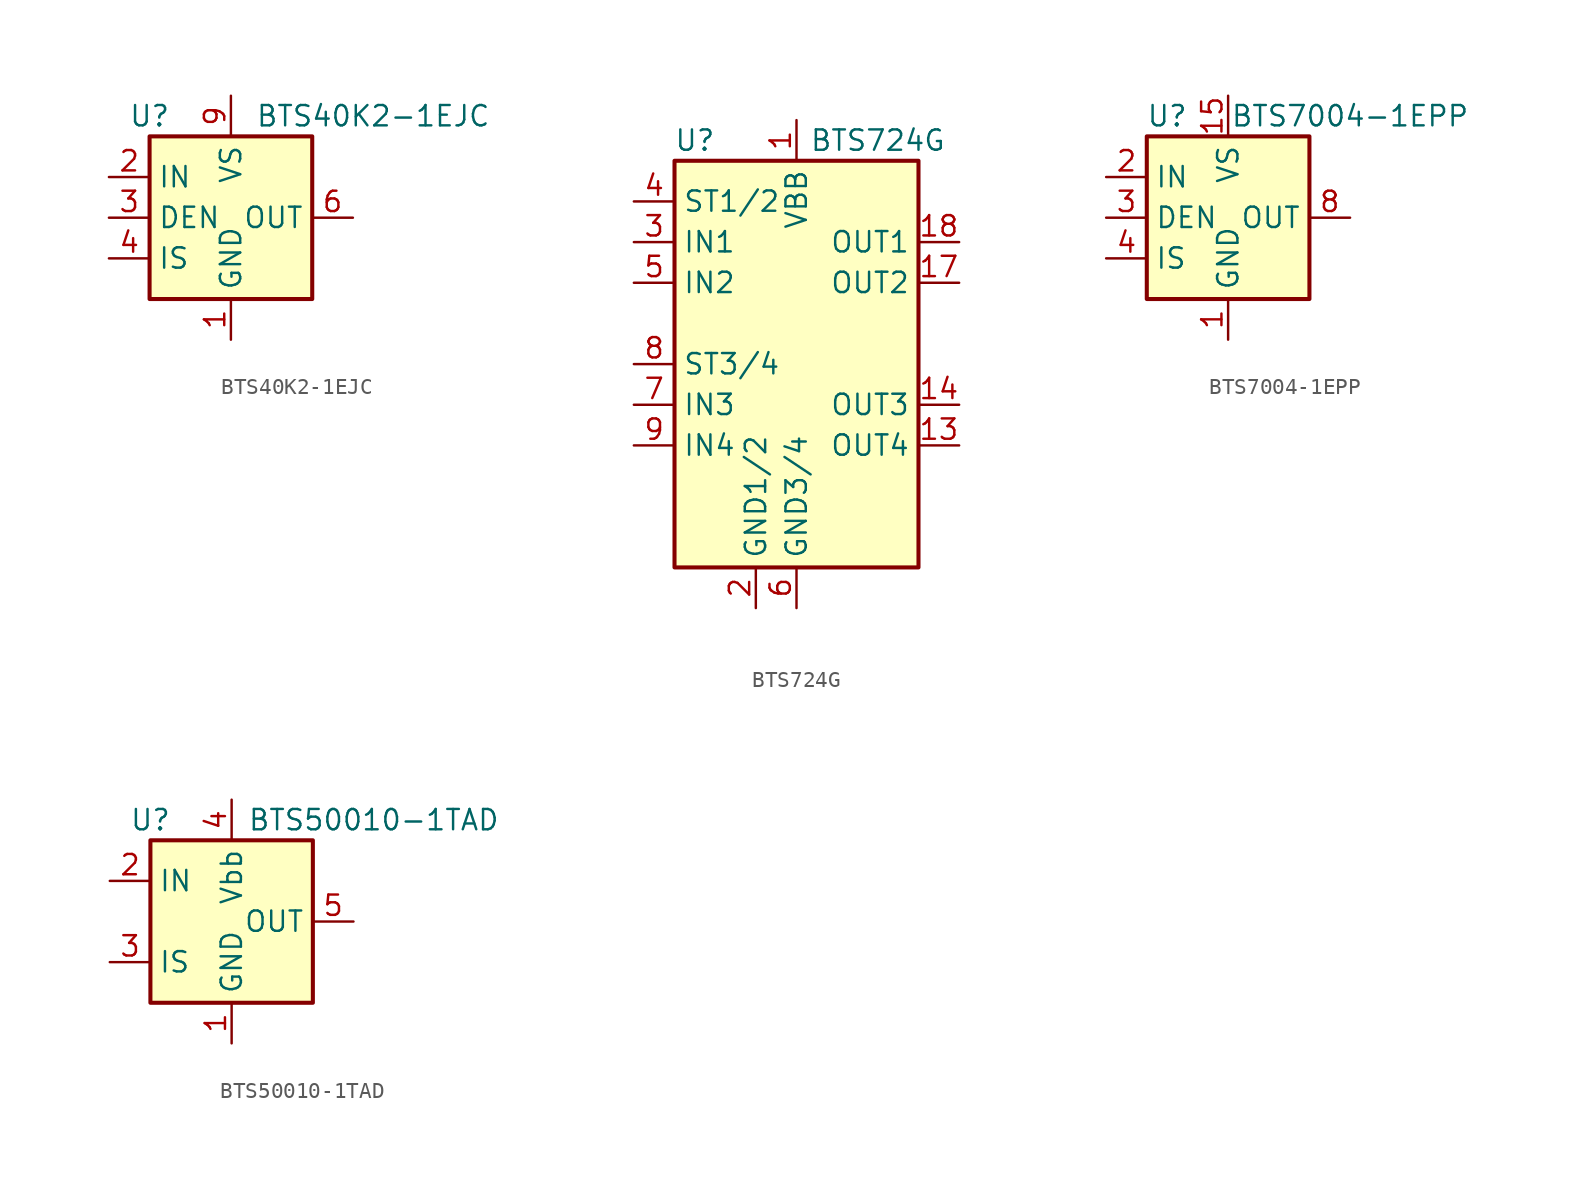
<source format=kicad_sym>
(kicad_symbol_lib
  (version 20201005)
  (generator kicad_symbol_editor)
  (symbol "Power_Management:BTS40K2-1EJC"
    (property "Reference" "U"
      (at -5.08 6.35 0)
      (effects (font (size 1.27 1.27))))
    (property "Value" "BTS40K2-1EJC"
      (at 8.89 6.35 0)
      (effects (font (size 1.27 1.27))))
    (symbol "BTS40K2-1EJC_0_1"
      (rectangle (start -5.08 5.08) (end 5.08 -5.08) (stroke (width 0.254)) (fill (type background))))
    (symbol "BTS40K2-1EJC_1_1"
      (pin power_in line (at 0 -7.62 90) (length 2.54) (name "GND" (effects (font (size 1.27 1.27)))) (number "1" (effects (font (size 1.27 1.27)))))
      (pin input line (at -7.62 2.54 0) (length 2.54) (name "IN" (effects (font (size 1.27 1.27)))) (number "2" (effects (font (size 1.27 1.27)))))
      (pin input line (at -7.62 0 0) (length 2.54) (name "DEN" (effects (font (size 1.27 1.27)))) (number "3" (effects (font (size 1.27 1.27)))))
      (pin output line (at -7.62 -2.54 0) (length 2.54) (name "IS" (effects (font (size 1.27 1.27)))) (number "4" (effects (font (size 1.27 1.27)))))
      (pin no_connect line (at 5.08 2.54 180) (length 2.54) hide (name "NC" (effects (font (size 1.27 1.27)))) (number "5" (effects (font (size 1.27 1.27)))))
      (pin power_out line (at 7.62 0 180) (length 2.54) (name "OUT" (effects (font (size 1.27 1.27)))) (number "6" (effects (font (size 1.27 1.27)))))
      (pin passive line (at 7.62 0 180) (length 2.54) hide (name "OUT" (effects (font (size 1.27 1.27)))) (number "7" (effects (font (size 1.27 1.27)))))
      (pin passive line (at 7.62 0 180) (length 2.54) hide (name "OUT" (effects (font (size 1.27 1.27)))) (number "8" (effects (font (size 1.27 1.27)))))
      (pin power_in line (at 0 7.62 270) (length 2.54) (name "VS" (effects (font (size 1.27 1.27)))) (number "9" (effects (font (size 1.27 1.27)))))))
  (symbol "Power_Management:BTS724G"
    (property "Reference" "U"
      (at -6.35 13.97 0)
      (effects (font (size 1.27 1.27))))
    (property "Value" "BTS724G"
      (at 5.08 13.97 0)
      (effects (font (size 1.27 1.27))))
    (symbol "BTS724G_0_1"
      (rectangle (start -7.62 12.7) (end 7.62 -12.7) (stroke (width 0.254)) (fill (type background))))
    (symbol "BTS724G_1_1"
      (pin power_in line (at 0 15.24 270) (length 2.54) (name "VBB" (effects (font (size 1.27 1.27)))) (number "1" (effects (font (size 1.27 1.27)))))
      (pin passive line (at 0 15.24 270) (length 2.54) hide (name "VBB" (effects (font (size 1.27 1.27)))) (number "10" (effects (font (size 1.27 1.27)))))
      (pin passive line (at 0 15.24 270) (length 2.54) hide (name "VBB" (effects (font (size 1.27 1.27)))) (number "11" (effects (font (size 1.27 1.27)))))
      (pin passive line (at 0 15.24 270) (length 2.54) hide (name "VBB" (effects (font (size 1.27 1.27)))) (number "12" (effects (font (size 1.27 1.27)))))
      (pin open_emitter line (at 10.16 -5.08 180) (length 2.54) (name "OUT4" (effects (font (size 1.27 1.27)))) (number "13" (effects (font (size 1.27 1.27)))))
      (pin open_emitter line (at 10.16 -2.54 180) (length 2.54) (name "OUT3" (effects (font (size 1.27 1.27)))) (number "14" (effects (font (size 1.27 1.27)))))
      (pin passive line (at 0 15.24 270) (length 2.54) hide (name "VBB" (effects (font (size 1.27 1.27)))) (number "15" (effects (font (size 1.27 1.27)))))
      (pin passive line (at 0 15.24 270) (length 2.54) hide (name "VBB" (effects (font (size 1.27 1.27)))) (number "16" (effects (font (size 1.27 1.27)))))
      (pin open_emitter line (at 10.16 5.08 180) (length 2.54) (name "OUT2" (effects (font (size 1.27 1.27)))) (number "17" (effects (font (size 1.27 1.27)))))
      (pin open_emitter line (at 10.16 7.62 180) (length 2.54) (name "OUT1" (effects (font (size 1.27 1.27)))) (number "18" (effects (font (size 1.27 1.27)))))
      (pin passive line (at 0 15.24 270) (length 2.54) hide (name "VBB" (effects (font (size 1.27 1.27)))) (number "19" (effects (font (size 1.27 1.27)))))
      (pin power_in line (at -2.54 -15.24 90) (length 2.54) (name "GND1/2" (effects (font (size 1.27 1.27)))) (number "2" (effects (font (size 1.27 1.27)))))
      (pin passive line (at 0 15.24 270) (length 2.54) hide (name "VBB" (effects (font (size 1.27 1.27)))) (number "20" (effects (font (size 1.27 1.27)))))
      (pin input line (at -10.16 7.62 0) (length 2.54) (name "IN1" (effects (font (size 1.27 1.27)))) (number "3" (effects (font (size 1.27 1.27)))))
      (pin open_collector line (at -10.16 10.16 0) (length 2.54) (name "ST1/2" (effects (font (size 1.27 1.27)))) (number "4" (effects (font (size 1.27 1.27)))))
      (pin input line (at -10.16 5.08 0) (length 2.54) (name "IN2" (effects (font (size 1.27 1.27)))) (number "5" (effects (font (size 1.27 1.27)))))
      (pin power_in line (at 0 -15.24 90) (length 2.54) (name "GND3/4" (effects (font (size 1.27 1.27)))) (number "6" (effects (font (size 1.27 1.27)))))
      (pin input line (at -10.16 -2.54 0) (length 2.54) (name "IN3" (effects (font (size 1.27 1.27)))) (number "7" (effects (font (size 1.27 1.27)))))
      (pin open_collector line (at -10.16 0 0) (length 2.54) (name "ST3/4" (effects (font (size 1.27 1.27)))) (number "8" (effects (font (size 1.27 1.27)))))
      (pin input line (at -10.16 -5.08 0) (length 2.54) (name "IN4" (effects (font (size 1.27 1.27)))) (number "9" (effects (font (size 1.27 1.27)))))))
  (symbol "Power_Management:BTS7004-1EPP"
    (property "Reference" "U"
      (at -3.81 6.35 0)
      (effects (font (size 1.27 1.27))))
    (property "Value" "BTS7004-1EPP"
      (at 7.62 6.35 0)
      (effects (font (size 1.27 1.27))))
    (symbol "BTS7004-1EPP_0_1"
      (rectangle (start -5.08 5.08) (end 5.08 -5.08) (stroke (width 0.254)) (fill (type background))))
    (symbol "BTS7004-1EPP_1_1"
      (pin power_in line (at 0 -7.62 90) (length 2.54) (name "GND" (effects (font (size 1.27 1.27)))) (number "1" (effects (font (size 1.27 1.27)))))
      (pin passive line (at 7.62 0 180) (length 2.54) hide (name "OUT" (effects (font (size 1.27 1.27)))) (number "10" (effects (font (size 1.27 1.27)))))
      (pin no_connect line (at 5.08 -5.08 180) (length 2.54) hide (name "NC" (effects (font (size 1.27 1.27)))) (number "11" (effects (font (size 1.27 1.27)))))
      (pin passive line (at 7.62 0 180) (length 2.54) hide (name "OUT" (effects (font (size 1.27 1.27)))) (number "12" (effects (font (size 1.27 1.27)))))
      (pin passive line (at 7.62 0 180) (length 2.54) hide (name "OUT" (effects (font (size 1.27 1.27)))) (number "13" (effects (font (size 1.27 1.27)))))
      (pin passive line (at 7.62 0 180) (length 2.54) hide (name "OUT" (effects (font (size 1.27 1.27)))) (number "14" (effects (font (size 1.27 1.27)))))
      (pin power_in line (at 0 7.62 270) (length 2.54) (name "VS" (effects (font (size 1.27 1.27)))) (number "15" (effects (font (size 1.27 1.27)))))
      (pin input line (at -7.62 2.54 0) (length 2.54) (name "IN" (effects (font (size 1.27 1.27)))) (number "2" (effects (font (size 1.27 1.27)))))
      (pin input line (at -7.62 0 0) (length 2.54) (name "DEN" (effects (font (size 1.27 1.27)))) (number "3" (effects (font (size 1.27 1.27)))))
      (pin output line (at -7.62 -2.54 0) (length 2.54) (name "IS" (effects (font (size 1.27 1.27)))) (number "4" (effects (font (size 1.27 1.27)))))
      (pin no_connect line (at 5.08 5.08 180) (length 2.54) hide (name "NC" (effects (font (size 1.27 1.27)))) (number "5" (effects (font (size 1.27 1.27)))))
      (pin no_connect line (at 5.08 2.54 180) (length 2.54) hide (name "NC" (effects (font (size 1.27 1.27)))) (number "6" (effects (font (size 1.27 1.27)))))
      (pin no_connect line (at 5.08 -2.54 180) (length 2.54) hide (name "NC" (effects (font (size 1.27 1.27)))) (number "7" (effects (font (size 1.27 1.27)))))
      (pin power_out line (at 7.62 0 180) (length 2.54) (name "OUT" (effects (font (size 1.27 1.27)))) (number "8" (effects (font (size 1.27 1.27)))))
      (pin passive line (at 7.62 0 180) (length 2.54) hide (name "OUT" (effects (font (size 1.27 1.27)))) (number "9" (effects (font (size 1.27 1.27)))))))
  (symbol "Power_Management:BTS50010-1TAD"
    (property "Reference" "U"
      (at -5.08 6.35 0)
      (effects (font (size 1.27 1.27))))
    (property "Value" "BTS50010-1TAD"
      (at 8.89 6.35 0)
      (effects (font (size 1.27 1.27))))
    (symbol "BTS50010-1TAD_0_1"
      (rectangle (start -5.08 5.08) (end 5.08 -5.08) (stroke (width 0.254)) (fill (type background))))
    (symbol "BTS50010-1TAD_1_1"
      (pin power_in line (at 0 -7.62 90) (length 2.54) (name "GND" (effects (font (size 1.27 1.27)))) (number "1" (effects (font (size 1.27 1.27)))))
      (pin input line (at -7.62 2.54 0) (length 2.54) (name "IN" (effects (font (size 1.27 1.27)))) (number "2" (effects (font (size 1.27 1.27)))))
      (pin output line (at -7.62 -2.54 0) (length 2.54) (name "IS" (effects (font (size 1.27 1.27)))) (number "3" (effects (font (size 1.27 1.27)))))
      (pin power_in line (at 0 7.62 270) (length 2.54) (name "Vbb" (effects (font (size 1.27 1.27)))) (number "4" (effects (font (size 1.27 1.27)))))
      (pin passive line (at 7.62 0 180) (length 2.54) (name "OUT" (effects (font (size 1.27 1.27)))) (number "5" (effects (font (size 1.27 1.27)))))
      (pin passive line (at 7.62 0 180) (length 2.54) hide (name "OUT" (effects (font (size 1.27 1.27)))) (number "6" (effects (font (size 1.27 1.27)))))
      (pin passive line (at 7.62 0 180) (length 2.54) hide (name "OUT" (effects (font (size 1.27 1.27)))) (number "7" (effects (font (size 1.27 1.27))))))))
</source>
